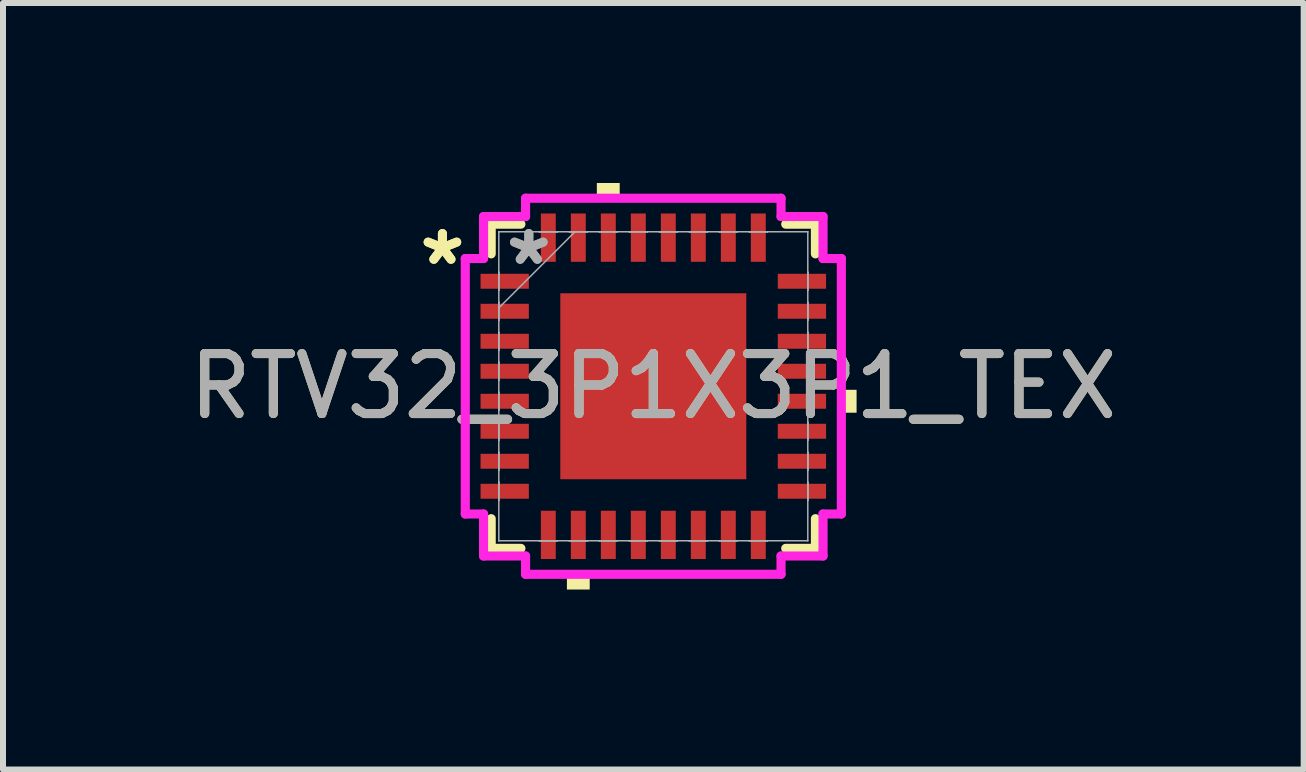
<source format=kicad_pcb>
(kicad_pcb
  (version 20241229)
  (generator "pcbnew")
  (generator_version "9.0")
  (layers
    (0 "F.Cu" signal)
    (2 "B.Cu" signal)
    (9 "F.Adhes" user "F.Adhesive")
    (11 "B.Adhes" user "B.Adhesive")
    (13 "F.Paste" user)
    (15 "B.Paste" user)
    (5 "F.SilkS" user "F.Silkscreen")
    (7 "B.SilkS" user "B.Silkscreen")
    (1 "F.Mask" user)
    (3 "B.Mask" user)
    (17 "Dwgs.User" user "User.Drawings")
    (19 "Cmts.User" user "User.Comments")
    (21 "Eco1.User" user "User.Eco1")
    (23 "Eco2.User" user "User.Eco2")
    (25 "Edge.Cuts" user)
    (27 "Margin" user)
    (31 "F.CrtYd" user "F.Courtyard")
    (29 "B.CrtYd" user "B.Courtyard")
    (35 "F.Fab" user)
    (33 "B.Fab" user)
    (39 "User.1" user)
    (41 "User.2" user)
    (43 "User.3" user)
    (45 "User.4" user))
  (footprint "RTV32_3P1X3P1_TEX"
    (layer "F.Cu")
    (at 7.839 3.388)
    (property "Reference" "RTV32_3P1X3P1_TEX" (at 0 0 0) (unlocked yes) (layer "F.SilkS") (effects (font (size 1 1) (thickness 0.15))))
    (attr smd)
    (fp_line (start -2.702 -2.702) (end -2.702 -2.207) (stroke (width 0.152) (type solid)) (layer "F.SilkS"))
    (fp_line (start -2.702 2.207) (end -2.702 2.702) (stroke (width 0.152) (type solid)) (layer "F.SilkS"))
    (fp_line (start -2.702 2.702) (end -2.207 2.702) (stroke (width 0.152) (type solid)) (layer "F.SilkS"))
    (fp_line (start -2.207 -2.702) (end -2.702 -2.702) (stroke (width 0.152) (type solid)) (layer "F.SilkS"))
    (fp_line (start 2.207 2.702) (end 2.702 2.702) (stroke (width 0.152) (type solid)) (layer "F.SilkS"))
    (fp_line (start 2.702 -2.702) (end 2.207 -2.702) (stroke (width 0.152) (type solid)) (layer "F.SilkS"))
    (fp_line (start 2.702 -2.207) (end 2.702 -2.702) (stroke (width 0.152) (type solid)) (layer "F.SilkS"))
    (fp_line (start 2.702 2.702) (end 2.702 2.207) (stroke (width 0.152) (type solid)) (layer "F.SilkS"))
    (fp_poly (pts (xy -1.44 3.134) (xy -1.44 3.388) (xy -1.06 3.388) (xy -1.06 3.134)) (stroke (width 0) (type solid)) (fill yes) (layer "F.SilkS"))
    (fp_poly (pts (xy -0.941 -3.134) (xy -0.941 -3.388) (xy -0.56 -3.388) (xy -0.56 -3.134)) (stroke (width 0) (type solid)) (fill yes) (layer "F.SilkS"))
    (fp_poly (pts (xy 3.388 0.059) (xy 3.388 0.441) (xy 3.134 0.441) (xy 3.134 0.059)) (stroke (width 0) (type solid)) (fill yes) (layer "F.SilkS"))
    (fp_poly (pts (xy -1.45 -1.45) (xy -1.45 -0.1) (xy -0.1 -0.1) (xy -0.1 -1.45)) (stroke (width 0) (type solid)) (fill yes) (layer "F.Paste"))
    (fp_poly (pts (xy -1.45 0.1) (xy -1.45 1.45) (xy -0.1 1.45) (xy -0.1 0.1)) (stroke (width 0) (type solid)) (fill yes) (layer "F.Paste"))
    (fp_poly (pts (xy 0.1 -1.45) (xy 0.1 -0.1) (xy 1.45 -0.1) (xy 1.45 -1.45)) (stroke (width 0) (type solid)) (fill yes) (layer "F.Paste"))
    (fp_poly (pts (xy 0.1 0.1) (xy 0.1 1.45) (xy 1.45 1.45) (xy 1.45 0.1)) (stroke (width 0) (type solid)) (fill yes) (layer "F.Paste"))
    (fp_line (start -3.134 -2.129) (end -2.829 -2.129) (stroke (width 0.152) (type solid)) (layer "F.CrtYd"))
    (fp_line (start -3.134 2.129) (end -3.134 -2.129) (stroke (width 0.152) (type solid)) (layer "F.CrtYd"))
    (fp_line (start -2.829 -2.829) (end -2.129 -2.829) (stroke (width 0.152) (type solid)) (layer "F.CrtYd"))
    (fp_line (start -2.829 -2.129) (end -2.829 -2.829) (stroke (width 0.152) (type solid)) (layer "F.CrtYd"))
    (fp_line (start -2.829 2.129) (end -3.134 2.129) (stroke (width 0.152) (type solid)) (layer "F.CrtYd"))
    (fp_line (start -2.829 2.829) (end -2.829 2.129) (stroke (width 0.152) (type solid)) (layer "F.CrtYd"))
    (fp_line (start -2.129 -3.134) (end 2.129 -3.134) (stroke (width 0.152) (type solid)) (layer "F.CrtYd"))
    (fp_line (start -2.129 -2.829) (end -2.129 -3.134) (stroke (width 0.152) (type solid)) (layer "F.CrtYd"))
    (fp_line (start -2.129 2.829) (end -2.829 2.829) (stroke (width 0.152) (type solid)) (layer "F.CrtYd"))
    (fp_line (start -2.129 3.134) (end -2.129 2.829) (stroke (width 0.152) (type solid)) (layer "F.CrtYd"))
    (fp_line (start 2.129 -3.134) (end 2.129 -2.829) (stroke (width 0.152) (type solid)) (layer "F.CrtYd"))
    (fp_line (start 2.129 -2.829) (end 2.829 -2.829) (stroke (width 0.152) (type solid)) (layer "F.CrtYd"))
    (fp_line (start 2.129 2.829) (end 2.129 3.134) (stroke (width 0.152) (type solid)) (layer "F.CrtYd"))
    (fp_line (start 2.129 3.134) (end -2.129 3.134) (stroke (width 0.152) (type solid)) (layer "F.CrtYd"))
    (fp_line (start 2.829 -2.829) (end 2.829 -2.129) (stroke (width 0.152) (type solid)) (layer "F.CrtYd"))
    (fp_line (start 2.829 -2.129) (end 3.134 -2.129) (stroke (width 0.152) (type solid)) (layer "F.CrtYd"))
    (fp_line (start 2.829 2.129) (end 2.829 2.829) (stroke (width 0.152) (type solid)) (layer "F.CrtYd"))
    (fp_line (start 2.829 2.829) (end 2.129 2.829) (stroke (width 0.152) (type solid)) (layer "F.CrtYd"))
    (fp_line (start 3.134 -2.129) (end 3.134 2.129) (stroke (width 0.152) (type solid)) (layer "F.CrtYd"))
    (fp_line (start 3.134 2.129) (end 2.829 2.129) (stroke (width 0.152) (type solid)) (layer "F.CrtYd"))
    (fp_line (start -2.575 -2.575) (end -2.575 -2.575) (stroke (width 0.025) (type solid)) (layer "F.Fab"))
    (fp_line (start -2.575 -2.575) (end -2.575 2.575) (stroke (width 0.025) (type solid)) (layer "F.Fab"))
    (fp_line (start -2.575 -1.9) (end -2.575 -1.9) (stroke (width 0.025) (type solid)) (layer "F.Fab"))
    (fp_line (start -2.575 -1.9) (end -2.575 -1.6) (stroke (width 0.025) (type solid)) (layer "F.Fab"))
    (fp_line (start -2.575 -1.6) (end -2.575 -1.9) (stroke (width 0.025) (type solid)) (layer "F.Fab"))
    (fp_line (start -2.575 -1.6) (end -2.575 -1.6) (stroke (width 0.025) (type solid)) (layer "F.Fab"))
    (fp_line (start -2.575 -1.4) (end -2.575 -1.4) (stroke (width 0.025) (type solid)) (layer "F.Fab"))
    (fp_line (start -2.575 -1.4) (end -2.575 -1.1) (stroke (width 0.025) (type solid)) (layer "F.Fab"))
    (fp_line (start -2.575 -1.305) (end -1.305 -2.575) (stroke (width 0.025) (type solid)) (layer "F.Fab"))
    (fp_line (start -2.575 -1.1) (end -2.575 -1.4) (stroke (width 0.025) (type solid)) (layer "F.Fab"))
    (fp_line (start -2.575 -1.1) (end -2.575 -1.1) (stroke (width 0.025) (type solid)) (layer "F.Fab"))
    (fp_line (start -2.575 -0.9) (end -2.575 -0.9) (stroke (width 0.025) (type solid)) (layer "F.Fab"))
    (fp_line (start -2.575 -0.9) (end -2.575 -0.6) (stroke (width 0.025) (type solid)) (layer "F.Fab"))
    (fp_line (start -2.575 -0.6) (end -2.575 -0.9) (stroke (width 0.025) (type solid)) (layer "F.Fab"))
    (fp_line (start -2.575 -0.6) (end -2.575 -0.6) (stroke (width 0.025) (type solid)) (layer "F.Fab"))
    (fp_line (start -2.575 -0.4) (end -2.575 -0.4) (stroke (width 0.025) (type solid)) (layer "F.Fab"))
    (fp_line (start -2.575 -0.4) (end -2.575 -0.1) (stroke (width 0.025) (type solid)) (layer "F.Fab"))
    (fp_line (start -2.575 -0.1) (end -2.575 -0.4) (stroke (width 0.025) (type solid)) (layer "F.Fab"))
    (fp_line (start -2.575 -0.1) (end -2.575 -0.1) (stroke (width 0.025) (type solid)) (layer "F.Fab"))
    (fp_line (start -2.575 0.1) (end -2.575 0.1) (stroke (width 0.025) (type solid)) (layer "F.Fab"))
    (fp_line (start -2.575 0.1) (end -2.575 0.4) (stroke (width 0.025) (type solid)) (layer "F.Fab"))
    (fp_line (start -2.575 0.4) (end -2.575 0.1) (stroke (width 0.025) (type solid)) (layer "F.Fab"))
    (fp_line (start -2.575 0.4) (end -2.575 0.4) (stroke (width 0.025) (type solid)) (layer "F.Fab"))
    (fp_line (start -2.575 0.6) (end -2.575 0.6) (stroke (width 0.025) (type solid)) (layer "F.Fab"))
    (fp_line (start -2.575 0.6) (end -2.575 0.9) (stroke (width 0.025) (type solid)) (layer "F.Fab"))
    (fp_line (start -2.575 0.9) (end -2.575 0.6) (stroke (width 0.025) (type solid)) (layer "F.Fab"))
    (fp_line (start -2.575 0.9) (end -2.575 0.9) (stroke (width 0.025) (type solid)) (layer "F.Fab"))
    (fp_line (start -2.575 1.1) (end -2.575 1.1) (stroke (width 0.025) (type solid)) (layer "F.Fab"))
    (fp_line (start -2.575 1.1) (end -2.575 1.4) (stroke (width 0.025) (type solid)) (layer "F.Fab"))
    (fp_line (start -2.575 1.4) (end -2.575 1.1) (stroke (width 0.025) (type solid)) (layer "F.Fab"))
    (fp_line (start -2.575 1.4) (end -2.575 1.4) (stroke (width 0.025) (type solid)) (layer "F.Fab"))
    (fp_line (start -2.575 1.6) (end -2.575 1.6) (stroke (width 0.025) (type solid)) (layer "F.Fab"))
    (fp_line (start -2.575 1.6) (end -2.575 1.9) (stroke (width 0.025) (type solid)) (layer "F.Fab"))
    (fp_line (start -2.575 1.9) (end -2.575 1.6) (stroke (width 0.025) (type solid)) (layer "F.Fab"))
    (fp_line (start -2.575 1.9) (end -2.575 1.9) (stroke (width 0.025) (type solid)) (layer "F.Fab"))
    (fp_line (start -2.575 2.575) (end -2.575 2.575) (stroke (width 0.025) (type solid)) (layer "F.Fab"))
    (fp_line (start -2.575 2.575) (end 2.575 2.575) (stroke (width 0.025) (type solid)) (layer "F.Fab"))
    (fp_line (start -1.9 -2.575) (end -1.9 -2.575) (stroke (width 0.025) (type solid)) (layer "F.Fab"))
    (fp_line (start -1.9 -2.575) (end -1.6 -2.575) (stroke (width 0.025) (type solid)) (layer "F.Fab"))
    (fp_line (start -1.9 2.575) (end -1.9 2.575) (stroke (width 0.025) (type solid)) (layer "F.Fab"))
    (fp_line (start -1.9 2.575) (end -1.6 2.575) (stroke (width 0.025) (type solid)) (layer "F.Fab"))
    (fp_line (start -1.6 -2.575) (end -1.9 -2.575) (stroke (width 0.025) (type solid)) (layer "F.Fab"))
    (fp_line (start -1.6 -2.575) (end -1.6 -2.575) (stroke (width 0.025) (type solid)) (layer "F.Fab"))
    (fp_line (start -1.6 2.575) (end -1.9 2.575) (stroke (width 0.025) (type solid)) (layer "F.Fab"))
    (fp_line (start -1.6 2.575) (end -1.6 2.575) (stroke (width 0.025) (type solid)) (layer "F.Fab"))
    (fp_line (start -1.4 -2.575) (end -1.4 -2.575) (stroke (width 0.025) (type solid)) (layer "F.Fab"))
    (fp_line (start -1.4 -2.575) (end -1.1 -2.575) (stroke (width 0.025) (type solid)) (layer "F.Fab"))
    (fp_line (start -1.4 2.575) (end -1.4 2.575) (stroke (width 0.025) (type solid)) (layer "F.Fab"))
    (fp_line (start -1.4 2.575) (end -1.1 2.575) (stroke (width 0.025) (type solid)) (layer "F.Fab"))
    (fp_line (start -1.1 -2.575) (end -1.4 -2.575) (stroke (width 0.025) (type solid)) (layer "F.Fab"))
    (fp_line (start -1.1 -2.575) (end -1.1 -2.575) (stroke (width 0.025) (type solid)) (layer "F.Fab"))
    (fp_line (start -1.1 2.575) (end -1.4 2.575) (stroke (width 0.025) (type solid)) (layer "F.Fab"))
    (fp_line (start -1.1 2.575) (end -1.1 2.575) (stroke (width 0.025) (type solid)) (layer "F.Fab"))
    (fp_line (start -0.9 -2.575) (end -0.9 -2.575) (stroke (width 0.025) (type solid)) (layer "F.Fab"))
    (fp_line (start -0.9 -2.575) (end -0.6 -2.575) (stroke (width 0.025) (type solid)) (layer "F.Fab"))
    (fp_line (start -0.9 2.575) (end -0.9 2.575) (stroke (width 0.025) (type solid)) (layer "F.Fab"))
    (fp_line (start -0.9 2.575) (end -0.6 2.575) (stroke (width 0.025) (type solid)) (layer "F.Fab"))
    (fp_line (start -0.6 -2.575) (end -0.9 -2.575) (stroke (width 0.025) (type solid)) (layer "F.Fab"))
    (fp_line (start -0.6 -2.575) (end -0.6 -2.575) (stroke (width 0.025) (type solid)) (layer "F.Fab"))
    (fp_line (start -0.6 2.575) (end -0.9 2.575) (stroke (width 0.025) (type solid)) (layer "F.Fab"))
    (fp_line (start -0.6 2.575) (end -0.6 2.575) (stroke (width 0.025) (type solid)) (layer "F.Fab"))
    (fp_line (start -0.4 -2.575) (end -0.4 -2.575) (stroke (width 0.025) (type solid)) (layer "F.Fab"))
    (fp_line (start -0.4 -2.575) (end -0.1 -2.575) (stroke (width 0.025) (type solid)) (layer "F.Fab"))
    (fp_line (start -0.4 2.575) (end -0.4 2.575) (stroke (width 0.025) (type solid)) (layer "F.Fab"))
    (fp_line (start -0.4 2.575) (end -0.1 2.575) (stroke (width 0.025) (type solid)) (layer "F.Fab"))
    (fp_line (start -0.1 -2.575) (end -0.4 -2.575) (stroke (width 0.025) (type solid)) (layer "F.Fab"))
    (fp_line (start -0.1 -2.575) (end -0.1 -2.575) (stroke (width 0.025) (type solid)) (layer "F.Fab"))
    (fp_line (start -0.1 2.575) (end -0.4 2.575) (stroke (width 0.025) (type solid)) (layer "F.Fab"))
    (fp_line (start -0.1 2.575) (end -0.1 2.575) (stroke (width 0.025) (type solid)) (layer "F.Fab"))
    (fp_line (start 0.1 -2.575) (end 0.1 -2.575) (stroke (width 0.025) (type solid)) (layer "F.Fab"))
    (fp_line (start 0.1 -2.575) (end 0.4 -2.575) (stroke (width 0.025) (type solid)) (layer "F.Fab"))
    (fp_line (start 0.1 2.575) (end 0.1 2.575) (stroke (width 0.025) (type solid)) (layer "F.Fab"))
    (fp_line (start 0.1 2.575) (end 0.4 2.575) (stroke (width 0.025) (type solid)) (layer "F.Fab"))
    (fp_line (start 0.4 -2.575) (end 0.1 -2.575) (stroke (width 0.025) (type solid)) (layer "F.Fab"))
    (fp_line (start 0.4 -2.575) (end 0.4 -2.575) (stroke (width 0.025) (type solid)) (layer "F.Fab"))
    (fp_line (start 0.4 2.575) (end 0.1 2.575) (stroke (width 0.025) (type solid)) (layer "F.Fab"))
    (fp_line (start 0.4 2.575) (end 0.4 2.575) (stroke (width 0.025) (type solid)) (layer "F.Fab"))
    (fp_line (start 0.6 -2.575) (end 0.6 -2.575) (stroke (width 0.025) (type solid)) (layer "F.Fab"))
    (fp_line (start 0.6 -2.575) (end 0.9 -2.575) (stroke (width 0.025) (type solid)) (layer "F.Fab"))
    (fp_line (start 0.6 2.575) (end 0.6 2.575) (stroke (width 0.025) (type solid)) (layer "F.Fab"))
    (fp_line (start 0.6 2.575) (end 0.9 2.575) (stroke (width 0.025) (type solid)) (layer "F.Fab"))
    (fp_line (start 0.9 -2.575) (end 0.6 -2.575) (stroke (width 0.025) (type solid)) (layer "F.Fab"))
    (fp_line (start 0.9 -2.575) (end 0.9 -2.575) (stroke (width 0.025) (type solid)) (layer "F.Fab"))
    (fp_line (start 0.9 2.575) (end 0.6 2.575) (stroke (width 0.025) (type solid)) (layer "F.Fab"))
    (fp_line (start 0.9 2.575) (end 0.9 2.575) (stroke (width 0.025) (type solid)) (layer "F.Fab"))
    (fp_line (start 1.1 -2.575) (end 1.1 -2.575) (stroke (width 0.025) (type solid)) (layer "F.Fab"))
    (fp_line (start 1.1 -2.575) (end 1.4 -2.575) (stroke (width 0.025) (type solid)) (layer "F.Fab"))
    (fp_line (start 1.1 2.575) (end 1.1 2.575) (stroke (width 0.025) (type solid)) (layer "F.Fab"))
    (fp_line (start 1.1 2.575) (end 1.4 2.575) (stroke (width 0.025) (type solid)) (layer "F.Fab"))
    (fp_line (start 1.4 -2.575) (end 1.1 -2.575) (stroke (width 0.025) (type solid)) (layer "F.Fab"))
    (fp_line (start 1.4 -2.575) (end 1.4 -2.575) (stroke (width 0.025) (type solid)) (layer "F.Fab"))
    (fp_line (start 1.4 2.575) (end 1.1 2.575) (stroke (width 0.025) (type solid)) (layer "F.Fab"))
    (fp_line (start 1.4 2.575) (end 1.4 2.575) (stroke (width 0.025) (type solid)) (layer "F.Fab"))
    (fp_line (start 1.6 -2.575) (end 1.6 -2.575) (stroke (width 0.025) (type solid)) (layer "F.Fab"))
    (fp_line (start 1.6 -2.575) (end 1.9 -2.575) (stroke (width 0.025) (type solid)) (layer "F.Fab"))
    (fp_line (start 1.6 2.575) (end 1.6 2.575) (stroke (width 0.025) (type solid)) (layer "F.Fab"))
    (fp_line (start 1.6 2.575) (end 1.9 2.575) (stroke (width 0.025) (type solid)) (layer "F.Fab"))
    (fp_line (start 1.9 -2.575) (end 1.6 -2.575) (stroke (width 0.025) (type solid)) (layer "F.Fab"))
    (fp_line (start 1.9 -2.575) (end 1.9 -2.575) (stroke (width 0.025) (type solid)) (layer "F.Fab"))
    (fp_line (start 1.9 2.575) (end 1.6 2.575) (stroke (width 0.025) (type solid)) (layer "F.Fab"))
    (fp_line (start 1.9 2.575) (end 1.9 2.575) (stroke (width 0.025) (type solid)) (layer "F.Fab"))
    (fp_line (start 2.575 -2.575) (end -2.575 -2.575) (stroke (width 0.025) (type solid)) (layer "F.Fab"))
    (fp_line (start 2.575 -2.575) (end 2.575 -2.575) (stroke (width 0.025) (type solid)) (layer "F.Fab"))
    (fp_line (start 2.575 -1.9) (end 2.575 -1.9) (stroke (width 0.025) (type solid)) (layer "F.Fab"))
    (fp_line (start 2.575 -1.9) (end 2.575 -1.6) (stroke (width 0.025) (type solid)) (layer "F.Fab"))
    (fp_line (start 2.575 -1.6) (end 2.575 -1.9) (stroke (width 0.025) (type solid)) (layer "F.Fab"))
    (fp_line (start 2.575 -1.6) (end 2.575 -1.6) (stroke (width 0.025) (type solid)) (layer "F.Fab"))
    (fp_line (start 2.575 -1.4) (end 2.575 -1.4) (stroke (width 0.025) (type solid)) (layer "F.Fab"))
    (fp_line (start 2.575 -1.4) (end 2.575 -1.1) (stroke (width 0.025) (type solid)) (layer "F.Fab"))
    (fp_line (start 2.575 -1.1) (end 2.575 -1.4) (stroke (width 0.025) (type solid)) (layer "F.Fab"))
    (fp_line (start 2.575 -1.1) (end 2.575 -1.1) (stroke (width 0.025) (type solid)) (layer "F.Fab"))
    (fp_line (start 2.575 -0.9) (end 2.575 -0.9) (stroke (width 0.025) (type solid)) (layer "F.Fab"))
    (fp_line (start 2.575 -0.9) (end 2.575 -0.6) (stroke (width 0.025) (type solid)) (layer "F.Fab"))
    (fp_line (start 2.575 -0.6) (end 2.575 -0.9) (stroke (width 0.025) (type solid)) (layer "F.Fab"))
    (fp_line (start 2.575 -0.6) (end 2.575 -0.6) (stroke (width 0.025) (type solid)) (layer "F.Fab"))
    (fp_line (start 2.575 -0.4) (end 2.575 -0.4) (stroke (width 0.025) (type solid)) (layer "F.Fab"))
    (fp_line (start 2.575 -0.4) (end 2.575 -0.1) (stroke (width 0.025) (type solid)) (layer "F.Fab"))
    (fp_line (start 2.575 -0.1) (end 2.575 -0.4) (stroke (width 0.025) (type solid)) (layer "F.Fab"))
    (fp_line (start 2.575 -0.1) (end 2.575 -0.1) (stroke (width 0.025) (type solid)) (layer "F.Fab"))
    (fp_line (start 2.575 0.1) (end 2.575 0.1) (stroke (width 0.025) (type solid)) (layer "F.Fab"))
    (fp_line (start 2.575 0.1) (end 2.575 0.4) (stroke (width 0.025) (type solid)) (layer "F.Fab"))
    (fp_line (start 2.575 0.4) (end 2.575 0.1) (stroke (width 0.025) (type solid)) (layer "F.Fab"))
    (fp_line (start 2.575 0.4) (end 2.575 0.4) (stroke (width 0.025) (type solid)) (layer "F.Fab"))
    (fp_line (start 2.575 0.6) (end 2.575 0.6) (stroke (width 0.025) (type solid)) (layer "F.Fab"))
    (fp_line (start 2.575 0.6) (end 2.575 0.9) (stroke (width 0.025) (type solid)) (layer "F.Fab"))
    (fp_line (start 2.575 0.9) (end 2.575 0.6) (stroke (width 0.025) (type solid)) (layer "F.Fab"))
    (fp_line (start 2.575 0.9) (end 2.575 0.9) (stroke (width 0.025) (type solid)) (layer "F.Fab"))
    (fp_line (start 2.575 1.1) (end 2.575 1.1) (stroke (width 0.025) (type solid)) (layer "F.Fab"))
    (fp_line (start 2.575 1.1) (end 2.575 1.4) (stroke (width 0.025) (type solid)) (layer "F.Fab"))
    (fp_line (start 2.575 1.4) (end 2.575 1.1) (stroke (width 0.025) (type solid)) (layer "F.Fab"))
    (fp_line (start 2.575 1.4) (end 2.575 1.4) (stroke (width 0.025) (type solid)) (layer "F.Fab"))
    (fp_line (start 2.575 1.6) (end 2.575 1.6) (stroke (width 0.025) (type solid)) (layer "F.Fab"))
    (fp_line (start 2.575 1.6) (end 2.575 1.9) (stroke (width 0.025) (type solid)) (layer "F.Fab"))
    (fp_line (start 2.575 1.9) (end 2.575 1.6) (stroke (width 0.025) (type solid)) (layer "F.Fab"))
    (fp_line (start 2.575 1.9) (end 2.575 1.9) (stroke (width 0.025) (type solid)) (layer "F.Fab"))
    (fp_line (start 2.575 2.575) (end 2.575 -2.575) (stroke (width 0.025) (type solid)) (layer "F.Fab"))
    (fp_line (start 2.575 2.575) (end 2.575 2.575) (stroke (width 0.025) (type solid)) (layer "F.Fab"))
    (fp_text user "*" (at -3.515 -2 0) (layer "F.SilkS") (effects (font (size 1 1) (thickness 0.15))))
    (fp_text user "*" (at -3.515 -2 0) (unlocked yes) (layer "F.SilkS") (effects (font (size 1 1) (thickness 0.15))))
    (fp_text user "*" (at -2.075 -2 0) (layer "F.Fab") (effects (font (size 1 1) (thickness 0.15))))
    (fp_text user "${REFERENCE}" (at 0 0 0) (unlocked yes) (layer "F.Fab") (effects (font (size 1 1) (thickness 0.15))))
    (fp_text user "*" (at -2.075 -2 0) (unlocked yes) (layer "F.Fab") (effects (font (size 1 1) (thickness 0.15))))
    (pad "1" smd rect (at -2.477 -1.75 90) (size 0.249 0.805) (layers "F.Cu" "F.Mask" "F.Paste"))
    (pad "2" smd rect (at -2.477 -1.25 90) (size 0.249 0.805) (layers "F.Cu" "F.Mask" "F.Paste"))
    (pad "3" smd rect (at -2.477 -0.75 90) (size 0.249 0.805) (layers "F.Cu" "F.Mask" "F.Paste"))
    (pad "4" smd rect (at -2.477 -0.25 90) (size 0.249 0.805) (layers "F.Cu" "F.Mask" "F.Paste"))
    (pad "5" smd rect (at -2.477 0.25 90) (size 0.249 0.805) (layers "F.Cu" "F.Mask" "F.Paste"))
    (pad "6" smd rect (at -2.477 0.75 90) (size 0.249 0.805) (layers "F.Cu" "F.Mask" "F.Paste"))
    (pad "7" smd rect (at -2.477 1.25 90) (size 0.249 0.805) (layers "F.Cu" "F.Mask" "F.Paste"))
    (pad "8" smd rect (at -2.477 1.75 90) (size 0.249 0.805) (layers "F.Cu" "F.Mask" "F.Paste"))
    (pad "9" smd rect (at -1.75 2.477) (size 0.249 0.805) (layers "F.Cu" "F.Mask" "F.Paste"))
    (pad "10" smd rect (at -1.25 2.477) (size 0.249 0.805) (layers "F.Cu" "F.Mask" "F.Paste"))
    (pad "11" smd rect (at -0.75 2.477) (size 0.249 0.805) (layers "F.Cu" "F.Mask" "F.Paste"))
    (pad "12" smd rect (at -0.25 2.477) (size 0.249 0.805) (layers "F.Cu" "F.Mask" "F.Paste"))
    (pad "13" smd rect (at 0.25 2.477) (size 0.249 0.805) (layers "F.Cu" "F.Mask" "F.Paste"))
    (pad "14" smd rect (at 0.75 2.477) (size 0.249 0.805) (layers "F.Cu" "F.Mask" "F.Paste"))
    (pad "15" smd rect (at 1.25 2.477) (size 0.249 0.805) (layers "F.Cu" "F.Mask" "F.Paste"))
    (pad "16" smd rect (at 1.75 2.477) (size 0.249 0.805) (layers "F.Cu" "F.Mask" "F.Paste"))
    (pad "17" smd rect (at 2.477 1.75 90) (size 0.249 0.805) (layers "F.Cu" "F.Mask" "F.Paste"))
    (pad "18" smd rect (at 2.477 1.25 90) (size 0.249 0.805) (layers "F.Cu" "F.Mask" "F.Paste"))
    (pad "19" smd rect (at 2.477 0.75 90) (size 0.249 0.805) (layers "F.Cu" "F.Mask" "F.Paste"))
    (pad "20" smd rect (at 2.477 0.25 90) (size 0.249 0.805) (layers "F.Cu" "F.Mask" "F.Paste"))
    (pad "21" smd rect (at 2.477 -0.25 90) (size 0.249 0.805) (layers "F.Cu" "F.Mask" "F.Paste"))
    (pad "22" smd rect (at 2.477 -0.75 90) (size 0.249 0.805) (layers "F.Cu" "F.Mask" "F.Paste"))
    (pad "23" smd rect (at 2.477 -1.25 90) (size 0.249 0.805) (layers "F.Cu" "F.Mask" "F.Paste"))
    (pad "24" smd rect (at 2.477 -1.75 90) (size 0.249 0.805) (layers "F.Cu" "F.Mask" "F.Paste"))
    (pad "25" smd rect (at 1.75 -2.477) (size 0.249 0.805) (layers "F.Cu" "F.Mask" "F.Paste"))
    (pad "26" smd rect (at 1.25 -2.477) (size 0.249 0.805) (layers "F.Cu" "F.Mask" "F.Paste"))
    (pad "27" smd rect (at 0.75 -2.477) (size 0.249 0.805) (layers "F.Cu" "F.Mask" "F.Paste"))
    (pad "28" smd rect (at 0.25 -2.477) (size 0.249 0.805) (layers "F.Cu" "F.Mask" "F.Paste"))
    (pad "29" smd rect (at -0.25 -2.477) (size 0.249 0.805) (layers "F.Cu" "F.Mask" "F.Paste"))
    (pad "30" smd rect (at -0.75 -2.477) (size 0.249 0.805) (layers "F.Cu" "F.Mask" "F.Paste"))
    (pad "31" smd rect (at -1.25 -2.477) (size 0.249 0.805) (layers "F.Cu" "F.Mask" "F.Paste"))
    (pad "32" smd rect (at -1.75 -2.477) (size 0.249 0.805) (layers "F.Cu" "F.Mask" "F.Paste"))
    (pad "33" smd rect (at 0 0) (size 3.1 3.1) (layers "F.Cu" "F.Mask" "F.Paste")))
  (gr_rect
    (start -3 -3)
    (end 18.679 9.776)
    (stroke (width 0.1) (type default))
    (fill no)
    (layer "Edge.Cuts")))
</source>
